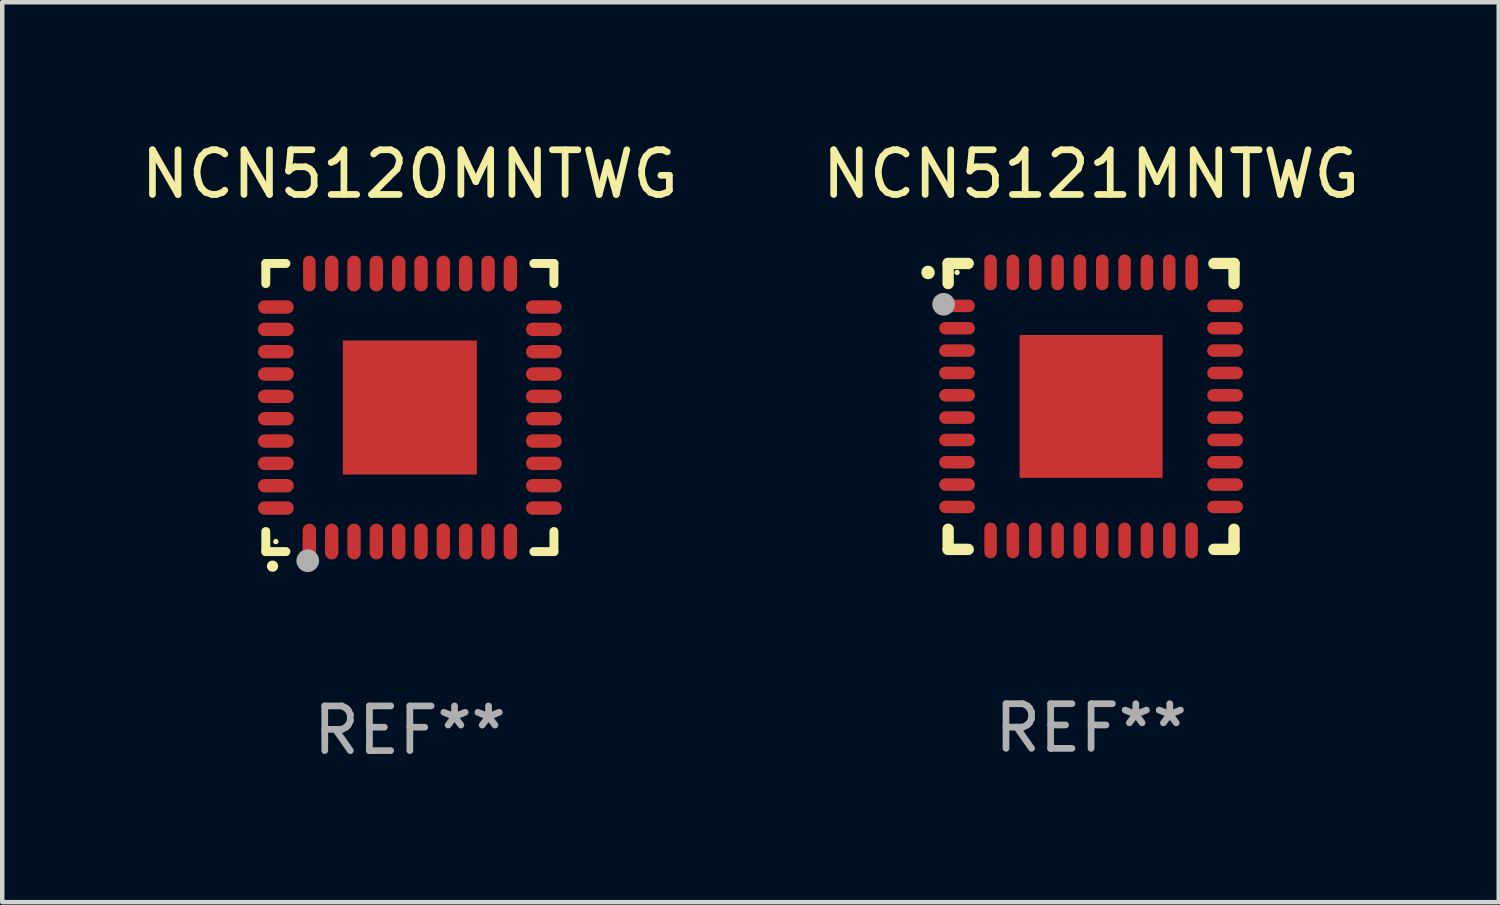
<source format=kicad_pcb>
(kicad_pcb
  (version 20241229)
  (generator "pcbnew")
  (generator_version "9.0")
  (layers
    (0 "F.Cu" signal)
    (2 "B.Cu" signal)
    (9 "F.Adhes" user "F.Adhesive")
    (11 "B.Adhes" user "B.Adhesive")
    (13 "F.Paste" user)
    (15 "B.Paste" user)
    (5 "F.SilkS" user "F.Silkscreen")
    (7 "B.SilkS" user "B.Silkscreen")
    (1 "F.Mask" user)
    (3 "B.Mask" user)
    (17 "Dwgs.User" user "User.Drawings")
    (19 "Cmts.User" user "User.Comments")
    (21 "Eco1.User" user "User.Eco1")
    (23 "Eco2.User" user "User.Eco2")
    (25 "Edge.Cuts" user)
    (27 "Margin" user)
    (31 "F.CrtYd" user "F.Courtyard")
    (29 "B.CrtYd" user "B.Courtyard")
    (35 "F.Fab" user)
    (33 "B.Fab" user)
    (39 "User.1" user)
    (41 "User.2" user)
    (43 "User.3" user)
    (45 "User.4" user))
  (footprint "NCN5121MNTWG"
    (layer "F.Cu")
    (at 21.375 6.048)
    (property "Reference" "NCN5121MNTWG" (at 0 -5.2 0) (layer "F.SilkS") (effects (font (size 1 1) (thickness 0.15))))
    (attr through_hole)
    (fp_line (start -3.2 -3.2) (end -2.75 -3.2) (stroke (width 0.254) (type solid)) (layer "F.SilkS"))
    (fp_line (start -3.2 -2.75) (end -3.2 -3.2) (stroke (width 0.254) (type solid)) (layer "F.SilkS"))
    (fp_line (start -3.2 3.2) (end -3.2 2.75) (stroke (width 0.254) (type solid)) (layer "F.SilkS"))
    (fp_line (start -2.75 3.2) (end -3.2 3.2) (stroke (width 0.254) (type solid)) (layer "F.SilkS"))
    (fp_line (start 2.75 3.2) (end 3.2 3.2) (stroke (width 0.254) (type solid)) (layer "F.SilkS"))
    (fp_line (start 3.2 -3.2) (end 2.75 -3.2) (stroke (width 0.254) (type solid)) (layer "F.SilkS"))
    (fp_line (start 3.2 -2.75) (end 3.2 -3.2) (stroke (width 0.254) (type solid)) (layer "F.SilkS"))
    (fp_line (start 3.2 3.2) (end 3.2 2.75) (stroke (width 0.254) (type solid)) (layer "F.SilkS"))
    (fp_arc (start -3.649987 -2.997206) (mid -3.649992 -2.998476) (end -3.649987 -2.999746) (stroke (width 0.3) (type solid)) (layer "F.SilkS"))
    (fp_circle (center -3 -3) (end -2.97 -3) (stroke (width 0.06) (type solid)) (fill no) (layer "F.SilkS"))
    (fp_circle (center -3.302 -2.286) (end -3.175 -2.286) (stroke (width 0.254) (type solid)) (fill no) (layer "F.Fab"))
    (fp_text user "REF**" (at 0 7.2 0) (layer "F.Fab") (effects (font (size 1 1) (thickness 0.15))))
    (pad "1" smd oval (at -3 -2.25 90) (size 0.28 0.8) (layers "F.Cu" "F.Mask" "F.Paste"))
    (pad "2" smd oval (at -3 -1.75 90) (size 0.28 0.8) (layers "F.Cu" "F.Mask" "F.Paste"))
    (pad "3" smd oval (at -3 -1.25 90) (size 0.28 0.8) (layers "F.Cu" "F.Mask" "F.Paste"))
    (pad "4" smd oval (at -3 -0.75 90) (size 0.28 0.8) (layers "F.Cu" "F.Mask" "F.Paste"))
    (pad "5" smd oval (at -3 -0.25 90) (size 0.28 0.8) (layers "F.Cu" "F.Mask" "F.Paste"))
    (pad "6" smd oval (at -3 0.25 90) (size 0.28 0.8) (layers "F.Cu" "F.Mask" "F.Paste"))
    (pad "7" smd oval (at -3 0.75 90) (size 0.28 0.8) (layers "F.Cu" "F.Mask" "F.Paste"))
    (pad "8" smd oval (at -3 1.25 90) (size 0.28 0.8) (layers "F.Cu" "F.Mask" "F.Paste"))
    (pad "9" smd oval (at -3 1.75 90) (size 0.28 0.8) (layers "F.Cu" "F.Mask" "F.Paste"))
    (pad "10" smd oval (at -3 2.25 90) (size 0.28 0.8) (layers "F.Cu" "F.Mask" "F.Paste"))
    (pad "11" smd oval (at -2.25 3) (size 0.28 0.8) (layers "F.Cu" "F.Mask" "F.Paste"))
    (pad "12" smd oval (at -1.75 3) (size 0.28 0.8) (layers "F.Cu" "F.Mask" "F.Paste"))
    (pad "13" smd oval (at -1.25 3) (size 0.28 0.8) (layers "F.Cu" "F.Mask" "F.Paste"))
    (pad "14" smd oval (at -0.75 3) (size 0.28 0.8) (layers "F.Cu" "F.Mask" "F.Paste"))
    (pad "15" smd oval (at -0.25 3) (size 0.28 0.8) (layers "F.Cu" "F.Mask" "F.Paste"))
    (pad "16" smd oval (at 0.25 3) (size 0.28 0.8) (layers "F.Cu" "F.Mask" "F.Paste"))
    (pad "17" smd oval (at 0.75 3) (size 0.28 0.8) (layers "F.Cu" "F.Mask" "F.Paste"))
    (pad "18" smd oval (at 1.25 3) (size 0.28 0.8) (layers "F.Cu" "F.Mask" "F.Paste"))
    (pad "19" smd oval (at 1.75 3) (size 0.28 0.8) (layers "F.Cu" "F.Mask" "F.Paste"))
    (pad "20" smd oval (at 2.25 3) (size 0.28 0.8) (layers "F.Cu" "F.Mask" "F.Paste"))
    (pad "21" smd oval (at 3 2.25 90) (size 0.28 0.8) (layers "F.Cu" "F.Mask" "F.Paste"))
    (pad "22" smd oval (at 3 1.75 90) (size 0.28 0.8) (layers "F.Cu" "F.Mask" "F.Paste"))
    (pad "23" smd oval (at 3 1.25 90) (size 0.28 0.8) (layers "F.Cu" "F.Mask" "F.Paste"))
    (pad "24" smd oval (at 3 0.75 90) (size 0.28 0.8) (layers "F.Cu" "F.Mask" "F.Paste"))
    (pad "25" smd oval (at 3 0.25 90) (size 0.28 0.8) (layers "F.Cu" "F.Mask" "F.Paste"))
    (pad "26" smd oval (at 3 -0.25 90) (size 0.28 0.8) (layers "F.Cu" "F.Mask" "F.Paste"))
    (pad "27" smd oval (at 3 -0.75 90) (size 0.28 0.8) (layers "F.Cu" "F.Mask" "F.Paste"))
    (pad "28" smd oval (at 3 -1.25 90) (size 0.28 0.8) (layers "F.Cu" "F.Mask" "F.Paste"))
    (pad "29" smd oval (at 3 -1.75 90) (size 0.28 0.8) (layers "F.Cu" "F.Mask" "F.Paste"))
    (pad "30" smd oval (at 3 -2.25 90) (size 0.28 0.8) (layers "F.Cu" "F.Mask" "F.Paste"))
    (pad "31" smd oval (at 2.25 -3) (size 0.28 0.8) (layers "F.Cu" "F.Mask" "F.Paste"))
    (pad "32" smd oval (at 1.75 -3) (size 0.28 0.8) (layers "F.Cu" "F.Mask" "F.Paste"))
    (pad "33" smd oval (at 1.25 -3) (size 0.28 0.8) (layers "F.Cu" "F.Mask" "F.Paste"))
    (pad "34" smd oval (at 0.75 -3) (size 0.28 0.8) (layers "F.Cu" "F.Mask" "F.Paste"))
    (pad "35" smd oval (at 0.25 -3) (size 0.28 0.8) (layers "F.Cu" "F.Mask" "F.Paste"))
    (pad "36" smd oval (at -0.25 -3) (size 0.28 0.8) (layers "F.Cu" "F.Mask" "F.Paste"))
    (pad "37" smd oval (at -0.75 -3) (size 0.28 0.8) (layers "F.Cu" "F.Mask" "F.Paste"))
    (pad "38" smd oval (at -1.25 -3) (size 0.28 0.8) (layers "F.Cu" "F.Mask" "F.Paste"))
    (pad "39" smd oval (at -1.75 -3) (size 0.28 0.8) (layers "F.Cu" "F.Mask" "F.Paste"))
    (pad "40" smd oval (at -2.25 -3) (size 0.28 0.8) (layers "F.Cu" "F.Mask" "F.Paste"))
    (pad "41" smd rect (at 0 0) (size 3.2 3.2) (layers "F.Cu" "F.Mask" "F.Paste")))
  (footprint "NCN5120MNTWG"
    (layer "F.Cu")
    (at 6.125 6.073)
    (property "Reference" "NCN5120MNTWG" (at 0 -5.225 0) (layer "F.SilkS") (effects (font (size 1 1) (thickness 0.15))))
    (attr through_hole)
    (fp_line (start -3.225 -3.225) (end -2.775 -3.225) (stroke (width 0.2) (type solid)) (layer "F.SilkS"))
    (fp_line (start -3.225 -2.775) (end -3.225 -3.225) (stroke (width 0.2) (type solid)) (layer "F.SilkS"))
    (fp_line (start -3.225 3.225) (end -3.225 2.775) (stroke (width 0.2) (type solid)) (layer "F.SilkS"))
    (fp_line (start -2.775 3.225) (end -3.225 3.225) (stroke (width 0.2) (type solid)) (layer "F.SilkS"))
    (fp_line (start 2.775 3.225) (end 3.225 3.225) (stroke (width 0.2) (type solid)) (layer "F.SilkS"))
    (fp_line (start 3.225 -3.225) (end 2.775 -3.225) (stroke (width 0.2) (type solid)) (layer "F.SilkS"))
    (fp_line (start 3.225 -2.775) (end 3.225 -3.225) (stroke (width 0.2) (type solid)) (layer "F.SilkS"))
    (fp_line (start 3.225 3.225) (end 3.225 2.775) (stroke (width 0.2) (type solid)) (layer "F.SilkS"))
    (fp_arc (start -3.075946 3.55094) (mid -3.074676 3.550934) (end -3.073406 3.55094) (stroke (width 0.25) (type solid)) (layer "F.SilkS"))
    (fp_circle (center -3 3) (end -2.97 3) (stroke (width 0.06) (type solid)) (fill no) (layer "F.SilkS"))
    (fp_circle (center -2.286 3.429) (end -2.159 3.429) (stroke (width 0.254) (type solid)) (fill no) (layer "F.Fab"))
    (fp_text user "REF**" (at 0 7.225 0) (layer "F.Fab") (effects (font (size 1 1) (thickness 0.15))))
    (pad "1" smd oval (at -2.25 3 180) (size 0.3 0.8) (layers "F.Cu" "F.Mask" "F.Paste"))
    (pad "2" smd oval (at -1.75 3 180) (size 0.3 0.8) (layers "F.Cu" "F.Mask" "F.Paste"))
    (pad "3" smd oval (at -1.25 3 180) (size 0.3 0.8) (layers "F.Cu" "F.Mask" "F.Paste"))
    (pad "4" smd oval (at -0.75 3 180) (size 0.3 0.8) (layers "F.Cu" "F.Mask" "F.Paste"))
    (pad "5" smd oval (at -0.25 3 180) (size 0.3 0.8) (layers "F.Cu" "F.Mask" "F.Paste"))
    (pad "6" smd oval (at 0.25 3 180) (size 0.3 0.8) (layers "F.Cu" "F.Mask" "F.Paste"))
    (pad "7" smd oval (at 0.75 3 180) (size 0.3 0.8) (layers "F.Cu" "F.Mask" "F.Paste"))
    (pad "8" smd oval (at 1.25 3 180) (size 0.3 0.8) (layers "F.Cu" "F.Mask" "F.Paste"))
    (pad "9" smd oval (at 1.75 3 180) (size 0.3 0.8) (layers "F.Cu" "F.Mask" "F.Paste"))
    (pad "10" smd oval (at 2.25 3 180) (size 0.3 0.8) (layers "F.Cu" "F.Mask" "F.Paste"))
    (pad "11" smd oval (at 3 2.25 90) (size 0.3 0.8) (layers "F.Cu" "F.Mask" "F.Paste"))
    (pad "12" smd oval (at 3 1.75 90) (size 0.3 0.8) (layers "F.Cu" "F.Mask" "F.Paste"))
    (pad "13" smd oval (at 3 1.25 90) (size 0.3 0.8) (layers "F.Cu" "F.Mask" "F.Paste"))
    (pad "14" smd oval (at 3 0.75 90) (size 0.3 0.8) (layers "F.Cu" "F.Mask" "F.Paste"))
    (pad "15" smd oval (at 3 0.25 90) (size 0.3 0.8) (layers "F.Cu" "F.Mask" "F.Paste"))
    (pad "16" smd oval (at 3 -0.25 90) (size 0.3 0.8) (layers "F.Cu" "F.Mask" "F.Paste"))
    (pad "17" smd oval (at 3 -0.75 90) (size 0.3 0.8) (layers "F.Cu" "F.Mask" "F.Paste"))
    (pad "18" smd oval (at 3 -1.25 90) (size 0.3 0.8) (layers "F.Cu" "F.Mask" "F.Paste"))
    (pad "19" smd oval (at 3 -1.75 90) (size 0.3 0.8) (layers "F.Cu" "F.Mask" "F.Paste"))
    (pad "20" smd oval (at 3 -2.25 90) (size 0.3 0.8) (layers "F.Cu" "F.Mask" "F.Paste"))
    (pad "21" smd oval (at 2.25 -3 180) (size 0.3 0.8) (layers "F.Cu" "F.Mask" "F.Paste"))
    (pad "22" smd oval (at 1.75 -3 180) (size 0.3 0.8) (layers "F.Cu" "F.Mask" "F.Paste"))
    (pad "23" smd oval (at 1.25 -3 180) (size 0.3 0.8) (layers "F.Cu" "F.Mask" "F.Paste"))
    (pad "24" smd oval (at 0.75 -3 180) (size 0.3 0.8) (layers "F.Cu" "F.Mask" "F.Paste"))
    (pad "25" smd oval (at 0.25 -3 180) (size 0.3 0.8) (layers "F.Cu" "F.Mask" "F.Paste"))
    (pad "26" smd oval (at -0.25 -3 180) (size 0.3 0.8) (layers "F.Cu" "F.Mask" "F.Paste"))
    (pad "27" smd oval (at -0.75 -3 180) (size 0.3 0.8) (layers "F.Cu" "F.Mask" "F.Paste"))
    (pad "28" smd oval (at -1.25 -3 180) (size 0.3 0.8) (layers "F.Cu" "F.Mask" "F.Paste"))
    (pad "29" smd oval (at -1.75 -3 180) (size 0.3 0.8) (layers "F.Cu" "F.Mask" "F.Paste"))
    (pad "30" smd oval (at -2.25 -3 180) (size 0.28 0.8) (layers "F.Cu" "F.Mask" "F.Paste"))
    (pad "31" smd oval (at -3 -2.25 90) (size 0.3 0.8) (layers "F.Cu" "F.Mask" "F.Paste"))
    (pad "32" smd oval (at -3 -1.75 90) (size 0.3 0.8) (layers "F.Cu" "F.Mask" "F.Paste"))
    (pad "33" smd oval (at -3 -1.25 90) (size 0.3 0.8) (layers "F.Cu" "F.Mask" "F.Paste"))
    (pad "34" smd oval (at -3 -0.75 90) (size 0.3 0.8) (layers "F.Cu" "F.Mask" "F.Paste"))
    (pad "35" smd oval (at -3 -0.25 90) (size 0.3 0.8) (layers "F.Cu" "F.Mask" "F.Paste"))
    (pad "36" smd oval (at -3 0.25 90) (size 0.3 0.8) (layers "F.Cu" "F.Mask" "F.Paste"))
    (pad "37" smd oval (at -3 0.75 90) (size 0.3 0.8) (layers "F.Cu" "F.Mask" "F.Paste"))
    (pad "38" smd oval (at -3 1.25 90) (size 0.3 0.8) (layers "F.Cu" "F.Mask" "F.Paste"))
    (pad "39" smd oval (at -3 1.75 90) (size 0.3 0.8) (layers "F.Cu" "F.Mask" "F.Paste"))
    (pad "40" smd oval (at -3 2.25 90) (size 0.3 0.8) (layers "F.Cu" "F.Mask" "F.Paste"))
    (pad "41" smd rect (at -0.000025 -0.000013 90) (size 3 3) (layers "F.Cu" "F.Mask" "F.Paste")))
  (gr_rect
    (start -3 -3)
    (end 30.5 17.146)
    (stroke (width 0.1) (type default))
    (fill no)
    (layer "Edge.Cuts")))
</source>
